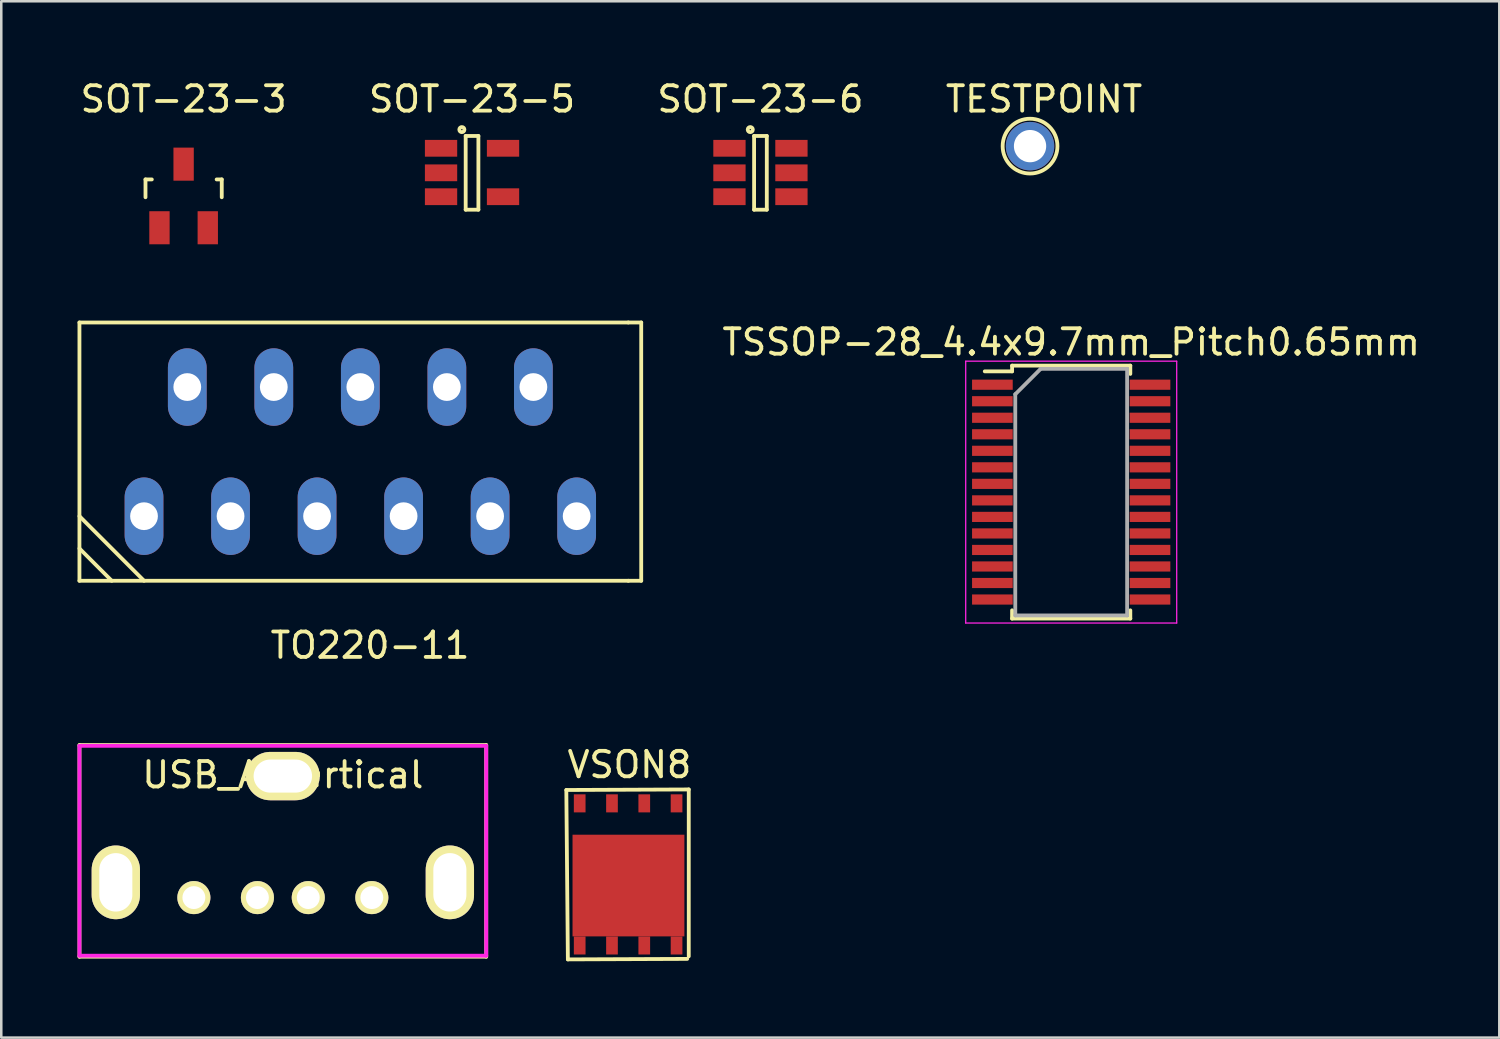
<source format=kicad_pcb>
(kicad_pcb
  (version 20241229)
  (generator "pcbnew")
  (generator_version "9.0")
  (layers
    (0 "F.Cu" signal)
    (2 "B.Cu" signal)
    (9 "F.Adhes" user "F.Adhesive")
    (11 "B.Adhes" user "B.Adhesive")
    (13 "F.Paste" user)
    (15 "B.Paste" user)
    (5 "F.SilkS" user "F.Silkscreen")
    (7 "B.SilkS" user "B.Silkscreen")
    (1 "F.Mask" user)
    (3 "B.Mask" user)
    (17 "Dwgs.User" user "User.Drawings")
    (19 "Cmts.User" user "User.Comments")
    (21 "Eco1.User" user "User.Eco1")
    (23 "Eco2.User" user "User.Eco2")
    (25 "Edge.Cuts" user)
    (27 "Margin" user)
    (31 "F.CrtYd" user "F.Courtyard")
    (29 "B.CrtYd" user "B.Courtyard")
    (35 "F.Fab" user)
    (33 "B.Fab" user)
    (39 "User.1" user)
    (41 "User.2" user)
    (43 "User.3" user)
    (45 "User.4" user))
  (footprint "SOT-23-6"
    (layer "F.Cu")
    (at 26.863 3.748)
    (property "Reference" "SOT-23-6" (at 0 -2.9 0) (layer "F.SilkS") (effects (font (size 1 1) (thickness 0.15))))
    (attr smd)
    (fp_line (start -0.25 -1.45) (end -0.25 1.45) (stroke (width 0.15) (type solid)) (layer "F.SilkS"))
    (fp_line (start -0.25 1.45) (end 0.25 1.45) (stroke (width 0.15) (type solid)) (layer "F.SilkS"))
    (fp_line (start 0.25 -1.45) (end -0.25 -1.45) (stroke (width 0.15) (type solid)) (layer "F.SilkS"))
    (fp_line (start 0.25 1.45) (end 0.25 -1.45) (stroke (width 0.15) (type solid)) (layer "F.SilkS"))
    (fp_circle (center -0.4 -1.7) (end -0.3 -1.7) (stroke (width 0.15) (type solid)) (fill no) (layer "F.SilkS"))
    (pad "1" smd rect (at -1.219 -0.965) (size 1.27 0.66) (layers "F.Cu" "F.Mask" "F.Paste"))
    (pad "2" smd rect (at -1.219 0) (size 1.27 0.66) (layers "F.Cu" "F.Mask" "F.Paste"))
    (pad "3" smd rect (at -1.219 0.94) (size 1.27 0.66) (layers "F.Cu" "F.Mask" "F.Paste"))
    (pad "4" smd rect (at 1.219 0.94) (size 1.27 0.66) (layers "F.Cu" "F.Mask" "F.Paste"))
    (pad "5" smd rect (at 1.219 0) (size 1.27 0.66) (layers "F.Cu" "F.Mask" "F.Paste"))
    (pad "6" smd rect (at 1.219 -0.965) (size 1.27 0.66) (layers "F.Cu" "F.Mask" "F.Paste")))
  (footprint "SOT-23-3"
    (layer "F.Cu")
    (at 4.173 4.658)
    (property "Reference" "SOT-23-3" (at 0 -3.81 0) (layer "F.SilkS") (effects (font (size 1 1) (thickness 0.15))))
    (attr smd)
    (fp_line (start -1.5 -0.65) (end -1.251 -0.65) (stroke (width 0.15) (type solid)) (layer "F.SilkS"))
    (fp_line (start -1.5 0.051) (end -1.5 -0.65) (stroke (width 0.15) (type solid)) (layer "F.SilkS"))
    (fp_line (start 1.299 -0.65) (end 1.5 -0.65) (stroke (width 0.15) (type solid)) (layer "F.SilkS"))
    (fp_line (start 1.5 -0.65) (end 1.5 0.051) (stroke (width 0.15) (type solid)) (layer "F.SilkS"))
    (pad "1" smd rect (at 0 -1.251) (size 0.8 1.301) (layers "F.Cu" "F.Mask" "F.Paste"))
    (pad "2" smd rect (at -0.95 1.251) (size 0.8 1.301) (layers "F.Cu" "F.Mask" "F.Paste"))
    (pad "3" smd rect (at 0.95 1.251) (size 0.8 1.301) (layers "F.Cu" "F.Mask" "F.Paste")))
  (footprint "USB_A_Vertical"
    (layer "F.Cu")
    (at 8.076 32.258)
    (property "Reference" "USB_A_Vertical" (at 0 -4.826 0) (layer "F.SilkS") (effects (font (size 1 1) (thickness 0.15))))
    (attr through_hole)
    (fp_line (start -8 -6) (end -8 2.325) (stroke (width 0.15) (type solid)) (layer "F.SilkS"))
    (fp_line (start -8 -6) (end 8 -6) (stroke (width 0.15) (type solid)) (layer "F.SilkS"))
    (fp_line (start -8 2.325) (end 8 2.325) (stroke (width 0.15) (type solid)) (layer "F.SilkS"))
    (fp_line (start 8 -6) (end 8 2.325) (stroke (width 0.15) (type solid)) (layer "F.SilkS"))
    (fp_line (start -8.001 -5.969) (end -8.001 2.286) (stroke (width 0.15) (type solid)) (layer "F.CrtYd"))
    (fp_line (start -8.001 2.286) (end 8.001 2.286) (stroke (width 0.15) (type solid)) (layer "F.CrtYd"))
    (fp_line (start 8.001 -5.969) (end -8.001 -5.969) (stroke (width 0.15) (type solid)) (layer "F.CrtYd"))
    (fp_line (start 8.001 2.286) (end 8.001 -5.969) (stroke (width 0.15) (type solid)) (layer "F.CrtYd"))
    (pad "1" thru_hole circle (at -3.5 0 90) (size 1.3 1.3) (drill 0.9) (layers "*.Cu" "*.Mask" "F.SilkS"))
    (pad "2" thru_hole circle (at -1 0 90) (size 1.3 1.3) (drill 0.9) (layers "*.Cu" "*.Mask" "F.SilkS"))
    (pad "3" thru_hole circle (at 1 0 90) (size 1.3 1.3) (drill 0.9) (layers "*.Cu" "*.Mask" "F.SilkS"))
    (pad "4" thru_hole circle (at 3.5 0 90) (size 1.3 1.3) (drill 0.9) (layers "*.Cu" "*.Mask" "F.SilkS"))
    (pad "5" thru_hole oval (at -6.57 -0.6 90) (size 2.9 1.9) (drill oval 2.3 1.3) (layers "*.Cu" "*.Mask" "F.SilkS"))
    (pad "5" thru_hole oval (at 0 -4.78) (size 2.9 1.9) (drill oval 2.3 1.3) (layers "*.Cu" "*.Mask" "F.SilkS"))
    (pad "5" thru_hole oval (at 6.57 -0.6 90) (size 2.9 1.9) (drill oval 2.3 1.3) (layers "*.Cu" "*.Mask" "F.SilkS")))
  (footprint "SOT-23-5"
    (layer "F.Cu")
    (at 15.518 3.748)
    (property "Reference" "SOT-23-5" (at 0 -2.9 0) (layer "F.SilkS") (effects (font (size 1 1) (thickness 0.15))))
    (attr smd)
    (fp_line (start -0.25 -1.45) (end -0.25 1.45) (stroke (width 0.15) (type solid)) (layer "F.SilkS"))
    (fp_line (start -0.25 1.45) (end 0.25 1.45) (stroke (width 0.15) (type solid)) (layer "F.SilkS"))
    (fp_line (start 0.25 -1.45) (end -0.25 -1.45) (stroke (width 0.15) (type solid)) (layer "F.SilkS"))
    (fp_line (start 0.25 1.45) (end 0.25 -1.45) (stroke (width 0.15) (type solid)) (layer "F.SilkS"))
    (fp_circle (center -0.4 -1.7) (end -0.3 -1.7) (stroke (width 0.15) (type solid)) (fill no) (layer "F.SilkS"))
    (pad "1" smd rect (at -1.219 -0.965) (size 1.27 0.66) (layers "F.Cu" "F.Mask" "F.Paste"))
    (pad "2" smd rect (at -1.219 0) (size 1.27 0.66) (layers "F.Cu" "F.Mask" "F.Paste"))
    (pad "3" smd rect (at -1.219 0.94) (size 1.27 0.66) (layers "F.Cu" "F.Mask" "F.Paste"))
    (pad "4" smd rect (at 1.219 0.94) (size 1.27 0.66) (layers "F.Cu" "F.Mask" "F.Paste"))
    (pad "5" smd rect (at 1.219 -0.965) (size 1.27 0.66) (layers "F.Cu" "F.Mask" "F.Paste")))
  (footprint "VSON8"
    (layer "F.Cu")
    (at 21.709 26.531)
    (property "Reference" "VSON8" (at 0 0.5 0) (layer "F.SilkS") (effects (font (size 1 1) (thickness 0.15))))
    (attr through_hole)
    (fp_line (start -2.482 1.494) (end -2.421 8.158) (stroke (width 0.15) (type solid)) (layer "F.SilkS"))
    (fp_line (start -2.421 8.158) (end 2.273 8.138) (stroke (width 0.15) (type solid)) (layer "F.SilkS"))
    (fp_line (start 2.334 1.473) (end -2.482 1.494) (stroke (width 0.15) (type solid)) (layer "F.SilkS"))
    (fp_line (start 2.334 8.037) (end 2.334 1.473) (stroke (width 0.15) (type solid)) (layer "F.SilkS"))
    (pad "1" smd rect (at -1.956 2.02) (size 0.46 0.71) (layers "F.Cu" "F.Mask" "F.Paste"))
    (pad "2" smd rect (at -0.686 2.02) (size 0.46 0.71) (layers "F.Cu" "F.Mask" "F.Paste"))
    (pad "3" smd rect (at 0.584 2.02) (size 0.46 0.71) (layers "F.Cu" "F.Mask" "F.Paste"))
    (pad "4" smd rect (at 1.854 2.02) (size 0.46 0.71) (layers "F.Cu" "F.Mask" "F.Paste"))
    (pad "5" smd rect (at 1.854 7.61) (size 0.46 0.71) (layers "F.Cu" "F.Mask" "F.Paste"))
    (pad "6" smd rect (at 0.584 7.61) (size 0.46 0.71) (layers "F.Cu" "F.Mask" "F.Paste"))
    (pad "7" smd rect (at -0.686 7.61) (size 0.46 0.71) (layers "F.Cu" "F.Mask" "F.Paste"))
    (pad "8" smd rect (at -1.956 7.61) (size 0.46 0.71) (layers "F.Cu" "F.Mask" "F.Paste"))
    (pad "8" smd rect (at -0.038 5.253) (size 4.4 4) (layers "F.Cu" "F.Mask" "F.Paste")))
  (footprint "TESTPOINT"
    (layer "F.Cu")
    (at 37.468 2.698)
    (property "Reference" "TESTPOINT" (at 0.55 -1.85 0) (layer "F.SilkS") (effects (font (size 1 1) (thickness 0.15))))
    (attr through_hole)
    (fp_circle (center 0 0) (end -0.762 -0.762) (stroke (width 0.15) (type solid)) (fill no) (layer "F.SilkS"))
    (pad "1" thru_hole circle (at 0 0) (size 1.905 1.905) (drill 1.27) (layers "*.Cu" "*.Mask")))
  (footprint "TSSOP-28_4.4x9.7mm_Pitch0.65mm"
    (layer "F.Cu")
    (at 39.087 16.308)
    (property "Reference" "TSSOP-28_4.4x9.7mm_Pitch0.65mm" (at 0 -5.9 0) (layer "F.SilkS") (effects (font (size 1 1) (thickness 0.15))))
    (attr smd)
    (fp_line (start -2.325 -4.975) (end -2.325 -4.75) (stroke (width 0.15) (type solid)) (layer "F.SilkS"))
    (fp_line (start -2.325 -4.975) (end 2.325 -4.975) (stroke (width 0.15) (type solid)) (layer "F.SilkS"))
    (fp_line (start -2.325 -4.75) (end -3.4 -4.75) (stroke (width 0.15) (type solid)) (layer "F.SilkS"))
    (fp_line (start -2.325 4.975) (end -2.325 4.65) (stroke (width 0.15) (type solid)) (layer "F.SilkS"))
    (fp_line (start -2.325 4.975) (end 2.325 4.975) (stroke (width 0.15) (type solid)) (layer "F.SilkS"))
    (fp_line (start 2.325 -4.975) (end 2.325 -4.65) (stroke (width 0.15) (type solid)) (layer "F.SilkS"))
    (fp_line (start 2.325 4.975) (end 2.325 4.65) (stroke (width 0.15) (type solid)) (layer "F.SilkS"))
    (fp_line (start -4.15 -5.15) (end -4.15 5.15) (stroke (width 0.05) (type solid)) (layer "F.CrtYd"))
    (fp_line (start -4.15 -5.15) (end 4.15 -5.15) (stroke (width 0.05) (type solid)) (layer "F.CrtYd"))
    (fp_line (start -4.15 5.15) (end 4.15 5.15) (stroke (width 0.05) (type solid)) (layer "F.CrtYd"))
    (fp_line (start 4.15 -5.15) (end 4.15 5.15) (stroke (width 0.05) (type solid)) (layer "F.CrtYd"))
    (fp_line (start -2.2 -3.85) (end -1.2 -4.85) (stroke (width 0.15) (type solid)) (layer "F.Fab"))
    (fp_line (start -2.2 4.85) (end -2.2 -3.85) (stroke (width 0.15) (type solid)) (layer "F.Fab"))
    (fp_line (start -1.2 -4.85) (end 2.2 -4.85) (stroke (width 0.15) (type solid)) (layer "F.Fab"))
    (fp_line (start 2.2 -4.85) (end 2.2 4.85) (stroke (width 0.15) (type solid)) (layer "F.Fab"))
    (fp_line (start 2.2 4.85) (end -2.2 4.85) (stroke (width 0.15) (type solid)) (layer "F.Fab"))
    (pad "1" smd rect (at -3.1 -4.225) (size 1.6 0.4) (layers "F.Cu" "F.Mask" "F.Paste"))
    (pad "2" smd rect (at -3.1 -3.575) (size 1.6 0.4) (layers "F.Cu" "F.Mask" "F.Paste"))
    (pad "3" smd rect (at -3.1 -2.925) (size 1.6 0.4) (layers "F.Cu" "F.Mask" "F.Paste"))
    (pad "4" smd rect (at -3.1 -2.275) (size 1.6 0.4) (layers "F.Cu" "F.Mask" "F.Paste"))
    (pad "5" smd rect (at -3.1 -1.625) (size 1.6 0.4) (layers "F.Cu" "F.Mask" "F.Paste"))
    (pad "6" smd rect (at -3.1 -0.975) (size 1.6 0.4) (layers "F.Cu" "F.Mask" "F.Paste"))
    (pad "7" smd rect (at -3.1 -0.325) (size 1.6 0.4) (layers "F.Cu" "F.Mask" "F.Paste"))
    (pad "8" smd rect (at -3.1 0.325) (size 1.6 0.4) (layers "F.Cu" "F.Mask" "F.Paste"))
    (pad "9" smd rect (at -3.1 0.975) (size 1.6 0.4) (layers "F.Cu" "F.Mask" "F.Paste"))
    (pad "10" smd rect (at -3.1 1.625) (size 1.6 0.4) (layers "F.Cu" "F.Mask" "F.Paste"))
    (pad "11" smd rect (at -3.1 2.275) (size 1.6 0.4) (layers "F.Cu" "F.Mask" "F.Paste"))
    (pad "12" smd rect (at -3.1 2.925) (size 1.6 0.4) (layers "F.Cu" "F.Mask" "F.Paste"))
    (pad "13" smd rect (at -3.1 3.575) (size 1.6 0.4) (layers "F.Cu" "F.Mask" "F.Paste"))
    (pad "14" smd rect (at -3.1 4.225) (size 1.6 0.4) (layers "F.Cu" "F.Mask" "F.Paste"))
    (pad "15" smd rect (at 3.1 4.225) (size 1.6 0.4) (layers "F.Cu" "F.Mask" "F.Paste"))
    (pad "16" smd rect (at 3.1 3.575) (size 1.6 0.4) (layers "F.Cu" "F.Mask" "F.Paste"))
    (pad "17" smd rect (at 3.1 2.925) (size 1.6 0.4) (layers "F.Cu" "F.Mask" "F.Paste"))
    (pad "18" smd rect (at 3.1 2.275) (size 1.6 0.4) (layers "F.Cu" "F.Mask" "F.Paste"))
    (pad "19" smd rect (at 3.1 1.625) (size 1.6 0.4) (layers "F.Cu" "F.Mask" "F.Paste"))
    (pad "20" smd rect (at 3.1 0.975) (size 1.6 0.4) (layers "F.Cu" "F.Mask" "F.Paste"))
    (pad "21" smd rect (at 3.1 0.325) (size 1.6 0.4) (layers "F.Cu" "F.Mask" "F.Paste"))
    (pad "22" smd rect (at 3.1 -0.325) (size 1.6 0.4) (layers "F.Cu" "F.Mask" "F.Paste"))
    (pad "23" smd rect (at 3.1 -0.975) (size 1.6 0.4) (layers "F.Cu" "F.Mask" "F.Paste"))
    (pad "24" smd rect (at 3.1 -1.625) (size 1.6 0.4) (layers "F.Cu" "F.Mask" "F.Paste"))
    (pad "25" smd rect (at 3.1 -2.275) (size 1.6 0.4) (layers "F.Cu" "F.Mask" "F.Paste"))
    (pad "26" smd rect (at 3.1 -2.925) (size 1.6 0.4) (layers "F.Cu" "F.Mask" "F.Paste"))
    (pad "27" smd rect (at 3.1 -3.575) (size 1.6 0.4) (layers "F.Cu" "F.Mask" "F.Paste"))
    (pad "28" smd rect (at 3.1 -4.225) (size 1.6 0.4) (layers "F.Cu" "F.Mask" "F.Paste")))
  (footprint "TO220-11"
    (layer "F.Cu")
    (at 2.615 17.255)
    (property "Reference" "TO220-11" (at 8.89 5.08 0) (layer "F.SilkS") (effects (font (size 1 1) (thickness 0.15))))
    (attr through_hole)
    (fp_line (start -2.54 -7.62) (end 19.05 -7.62) (stroke (width 0.15) (type solid)) (layer "F.SilkS"))
    (fp_line (start -2.54 0) (end 0 2.54) (stroke (width 0.15) (type solid)) (layer "F.SilkS"))
    (fp_line (start -2.54 1.27) (end -1.27 2.54) (stroke (width 0.15) (type solid)) (layer "F.SilkS"))
    (fp_line (start -2.54 2.54) (end -2.54 -7.62) (stroke (width 0.15) (type solid)) (layer "F.SilkS"))
    (fp_line (start 19.05 2.54) (end -2.54 2.54) (stroke (width 0.15) (type solid)) (layer "F.SilkS"))
    (fp_line (start 19.05 2.54) (end 19.558 2.54) (stroke (width 0.15) (type solid)) (layer "F.SilkS"))
    (fp_line (start 19.558 -7.62) (end 19.05 -7.62) (stroke (width 0.15) (type solid)) (layer "F.SilkS"))
    (fp_line (start 19.558 -7.62) (end 19.558 2.54) (stroke (width 0.15) (type solid)) (layer "F.SilkS"))
    (pad "1" thru_hole oval (at 0 0) (size 1.524 3.048) (drill 1.092) (layers "*.Cu" "*.Mask"))
    (pad "2" thru_hole oval (at 1.702 -5.08) (size 1.524 3.048) (drill 1.092) (layers "*.Cu" "*.Mask"))
    (pad "3" thru_hole oval (at 3.404 0) (size 1.524 3.048) (drill 1.092) (layers "*.Cu" "*.Mask"))
    (pad "4" thru_hole oval (at 5.105 -5.08) (size 1.524 3.048) (drill 1.092) (layers "*.Cu" "*.Mask"))
    (pad "5" thru_hole oval (at 6.807 0) (size 1.524 3.048) (drill 1.092) (layers "*.Cu" "*.Mask"))
    (pad "6" thru_hole oval (at 8.509 -5.08) (size 1.524 3.048) (drill 1.092) (layers "*.Cu" "*.Mask"))
    (pad "7" thru_hole oval (at 10.211 0) (size 1.524 3.048) (drill 1.092) (layers "*.Cu" "*.Mask"))
    (pad "8" thru_hole oval (at 11.913 -5.08) (size 1.524 3.048) (drill 1.092) (layers "*.Cu" "*.Mask"))
    (pad "9" thru_hole oval (at 13.614 0) (size 1.524 3.048) (drill 1.092) (layers "*.Cu" "*.Mask"))
    (pad "10" thru_hole oval (at 15.316 -5.08) (size 1.524 3.048) (drill 1.092) (layers "*.Cu" "*.Mask"))
    (pad "11" thru_hole oval (at 17.018 0) (size 1.524 3.048) (drill 1.092) (layers "*.Cu" "*.Mask")))
  (gr_rect
    (start -3 -3)
    (end 55.927 37.765)
    (stroke (width 0.1) (type default))
    (fill no)
    (layer "Edge.Cuts")))
</source>
